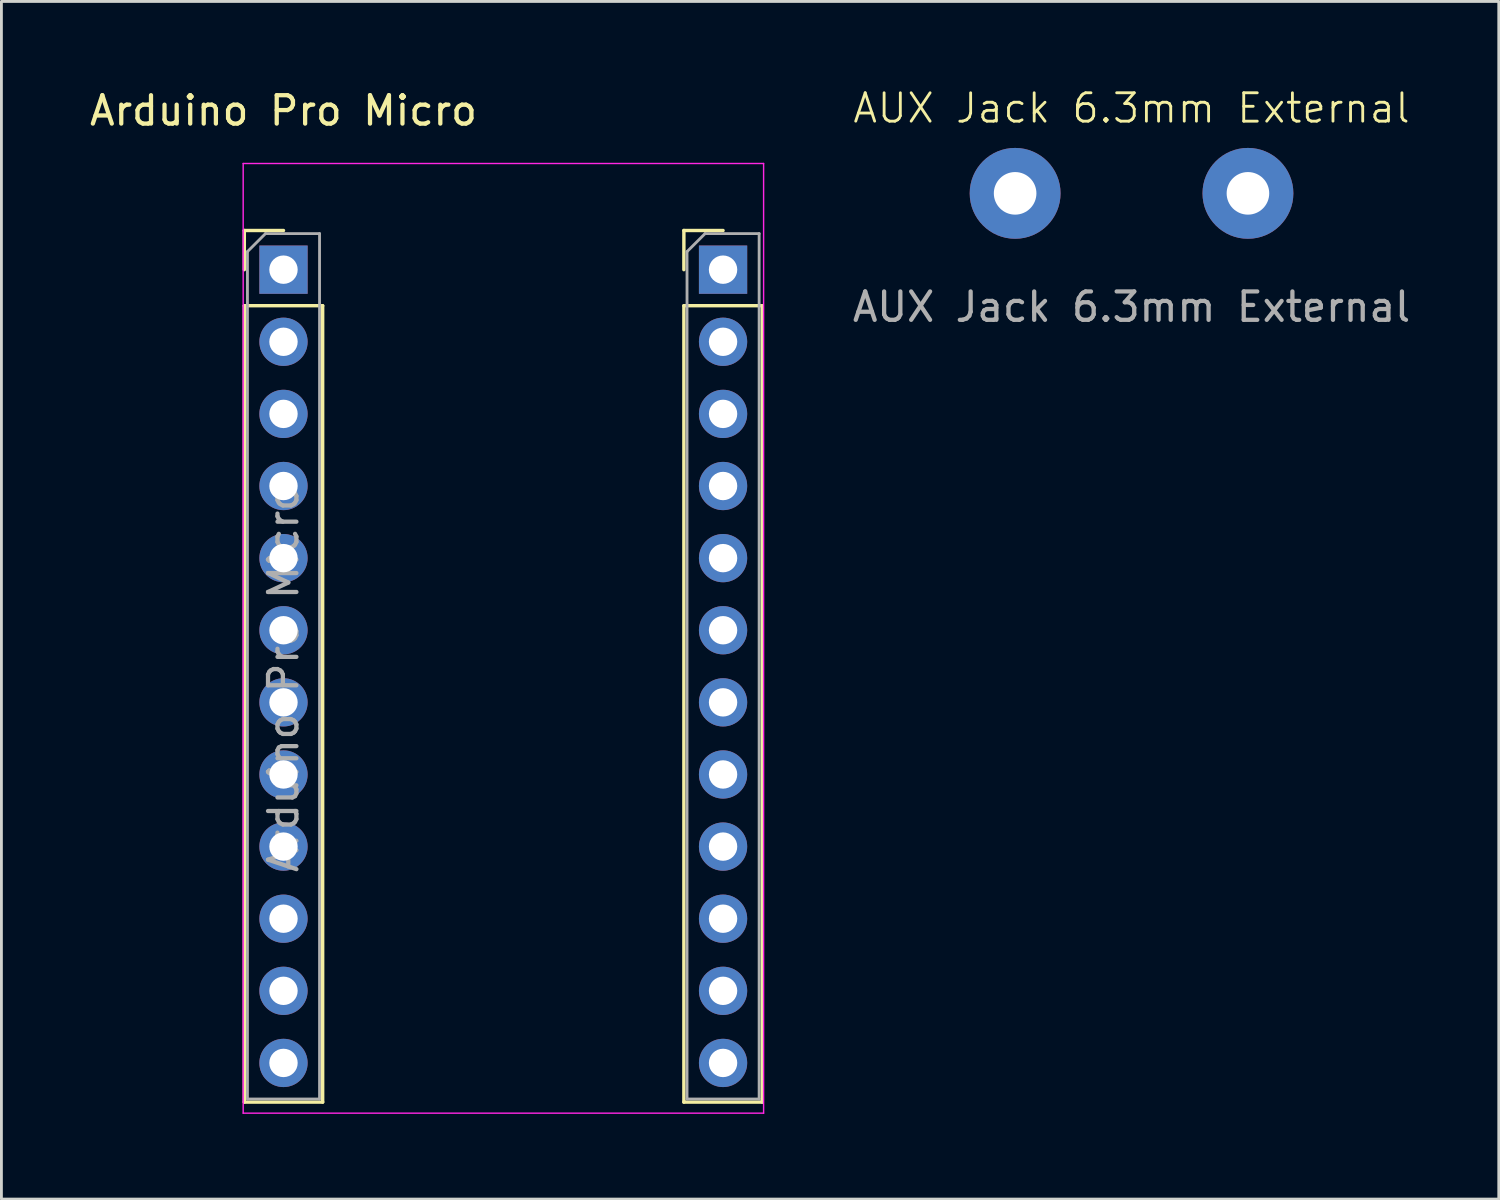
<source format=kicad_pcb>
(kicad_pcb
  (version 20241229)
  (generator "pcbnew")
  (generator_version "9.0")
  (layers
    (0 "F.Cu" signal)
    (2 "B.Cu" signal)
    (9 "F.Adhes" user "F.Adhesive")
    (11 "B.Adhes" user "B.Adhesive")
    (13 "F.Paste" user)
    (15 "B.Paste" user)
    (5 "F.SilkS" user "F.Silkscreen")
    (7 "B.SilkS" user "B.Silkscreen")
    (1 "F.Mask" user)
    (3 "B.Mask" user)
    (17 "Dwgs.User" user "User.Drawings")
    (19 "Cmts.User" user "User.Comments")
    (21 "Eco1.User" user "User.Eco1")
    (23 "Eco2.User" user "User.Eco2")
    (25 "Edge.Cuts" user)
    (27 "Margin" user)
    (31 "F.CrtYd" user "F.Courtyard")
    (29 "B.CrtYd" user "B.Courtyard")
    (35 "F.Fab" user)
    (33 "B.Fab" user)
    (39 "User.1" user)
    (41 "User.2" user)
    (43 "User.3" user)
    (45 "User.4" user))
  (footprint "Arduino Pro Micro"
    (layer "F.Cu")
    (at 6.935 6.348)
    (property "Reference" "Arduino Pro Micro" (at 0 -5.5 0) (layer "F.SilkS") (effects (font (size 1 1) (thickness 0.15))))
    (attr through_hole)
    (fp_line (start -1.38 -1.28) (end 0 -1.28) (stroke (width 0.12) (type solid)) (layer "F.SilkS"))
    (fp_line (start -1.38 0.1) (end -1.38 -1.28) (stroke (width 0.12) (type solid)) (layer "F.SilkS"))
    (fp_line (start -1.38 1.37) (end -1.38 29.42) (stroke (width 0.12) (type solid)) (layer "F.SilkS"))
    (fp_line (start -1.38 1.37) (end 1.38 1.37) (stroke (width 0.12) (type solid)) (layer "F.SilkS"))
    (fp_line (start -1.38 29.42) (end 1.38 29.42) (stroke (width 0.12) (type solid)) (layer "F.SilkS"))
    (fp_line (start 1.38 1.37) (end 1.38 29.42) (stroke (width 0.12) (type solid)) (layer "F.SilkS"))
    (fp_line (start 14.102 -1.28) (end 15.482 -1.28) (stroke (width 0.12) (type solid)) (layer "F.SilkS"))
    (fp_line (start 14.102 0.1) (end 14.102 -1.28) (stroke (width 0.12) (type solid)) (layer "F.SilkS"))
    (fp_line (start 14.102 1.37) (end 14.102 29.42) (stroke (width 0.12) (type solid)) (layer "F.SilkS"))
    (fp_line (start 14.102 1.37) (end 16.863 1.37) (stroke (width 0.12) (type solid)) (layer "F.SilkS"))
    (fp_line (start 14.102 29.42) (end 16.863 29.42) (stroke (width 0.12) (type solid)) (layer "F.SilkS"))
    (fp_line (start 16.863 1.37) (end 16.863 29.42) (stroke (width 0.12) (type solid)) (layer "F.SilkS"))
    (fp_line (start -1.42 -3.64) (end -1.42 29.81) (stroke (width 0.05) (type solid)) (layer "F.CrtYd"))
    (fp_line (start -1.42 29.81) (end 16.91 29.81) (stroke (width 0.05) (type solid)) (layer "F.CrtYd"))
    (fp_line (start 16.91 -3.64) (end -1.42 -3.64) (stroke (width 0.05) (type solid)) (layer "F.CrtYd"))
    (fp_line (start 16.91 29.81) (end 16.91 -3.64) (stroke (width 0.05) (type solid)) (layer "F.CrtYd"))
    (fp_line (start -1.27 -0.535) (end -0.635 -1.17) (stroke (width 0.1) (type solid)) (layer "F.Fab"))
    (fp_line (start -1.27 29.31) (end -1.27 -0.535) (stroke (width 0.1) (type solid)) (layer "F.Fab"))
    (fp_line (start -0.635 -1.17) (end 1.27 -1.17) (stroke (width 0.1) (type solid)) (layer "F.Fab"))
    (fp_line (start 1.27 -1.17) (end 1.27 29.31) (stroke (width 0.1) (type solid)) (layer "F.Fab"))
    (fp_line (start 1.27 29.31) (end -1.27 29.31) (stroke (width 0.1) (type solid)) (layer "F.Fab"))
    (fp_line (start 14.213 -0.535) (end 14.848 -1.17) (stroke (width 0.1) (type solid)) (layer "F.Fab"))
    (fp_line (start 14.213 29.31) (end 14.213 -0.535) (stroke (width 0.1) (type solid)) (layer "F.Fab"))
    (fp_line (start 14.848 -1.17) (end 16.753 -1.17) (stroke (width 0.1) (type solid)) (layer "F.Fab"))
    (fp_line (start 16.753 -1.17) (end 16.753 29.31) (stroke (width 0.1) (type solid)) (layer "F.Fab"))
    (fp_line (start 16.753 29.31) (end 14.213 29.31) (stroke (width 0.1) (type solid)) (layer "F.Fab"))
    (fp_text user "${REFERENCE}" (at 0 14.5 90) (layer "F.Fab") (effects (font (size 1 1) (thickness 0.15))))
    (pad "" thru_hole rect (at 15.482 0.1) (size 1.7 1.7) (drill 1) (layers "*.Cu" "*.Mask"))
    (pad "1" thru_hole circle (at 0 22.96) (size 1.7 1.7) (drill 1) (layers "*.Cu" "*.Mask"))
    (pad "5" thru_hole circle (at 0 7.72) (size 1.7 1.7) (drill 1) (layers "*.Cu" "*.Mask"))
    (pad "9" thru_hole circle (at 15.482 20.42) (size 1.7 1.7) (drill 1) (layers "*.Cu" "*.Mask"))
    (pad "10" thru_hole circle (at 15.482 25.5) (size 1.7 1.7) (drill 1) (layers "*.Cu" "*.Mask"))
    (pad "11" thru_hole circle (at 15.482 22.96) (size 1.7 1.7) (drill 1) (layers "*.Cu" "*.Mask"))
    (pad "13" thru_hole circle (at 15.482 5.18) (size 1.7 1.7) (drill 1) (layers "*.Cu" "*.Mask"))
    (pad "14" thru_hole circle (at 15.482 7.72) (size 1.7 1.7) (drill 1) (layers "*.Cu" "*.Mask"))
    (pad "15" thru_hole circle (at 0 5.18) (size 1.7 1.7) (drill 1) (layers "*.Cu" "*.Mask"))
    (pad "15" thru_hole circle (at 15.482 2.64) (size 1.7 1.7) (drill 1) (layers "*.Cu" "*.Mask"))
    (pad "18" thru_hole circle (at 0 12.8) (size 1.7 1.7) (drill 1) (layers "*.Cu" "*.Mask"))
    (pad "19" thru_hole circle (at 0 10.26) (size 1.7 1.7) (drill 1) (layers "*.Cu" "*.Mask"))
    (pad "20" thru_hole circle (at 0 2.64) (size 1.7 1.7) (drill 1) (layers "*.Cu" "*.Mask"))
    (pad "21" thru_hole rect (at 0 0.1) (size 1.7 1.7) (drill 1) (layers "*.Cu" "*.Mask"))
    (pad "25" thru_hole circle (at 0 15.34) (size 1.7 1.7) (drill 1) (layers "*.Cu" "*.Mask"))
    (pad "27" thru_hole circle (at 0 20.42) (size 1.7 1.7) (drill 1) (layers "*.Cu" "*.Mask"))
    (pad "28" thru_hole circle (at 0 25.5) (size 1.7 1.7) (drill 1) (layers "*.Cu" "*.Mask"))
    (pad "29" thru_hole circle (at 0 28.04) (size 1.7 1.7) (drill 1) (layers "*.Cu" "*.Mask"))
    (pad "30" thru_hole circle (at 15.482 28.04) (size 1.7 1.7) (drill 1) (layers "*.Cu" "*.Mask"))
    (pad "31" thru_hole circle (at 0 17.88) (size 1.7 1.7) (drill 1) (layers "*.Cu" "*.Mask"))
    (pad "36" thru_hole circle (at 15.482 17.88) (size 1.7 1.7) (drill 1) (layers "*.Cu" "*.Mask"))
    (pad "37" thru_hole circle (at 15.482 15.34) (size 1.7 1.7) (drill 1) (layers "*.Cu" "*.Mask"))
    (pad "38" thru_hole circle (at 15.482 12.8) (size 1.7 1.7) (drill 1) (layers "*.Cu" "*.Mask"))
    (pad "39" thru_hole circle (at 15.482 10.26) (size 1.7 1.7) (drill 1) (layers "*.Cu" "*.Mask")))
  (footprint "AUX Jack 6.3mm External"
    (layer "F.Cu")
    (at 36.804 3.76)
    (property "Reference" "AUX Jack 6.3mm External" (at 0 -3 0) (unlocked yes) (layer "F.SilkS") (effects (font (size 1 1) (thickness 0.1))))
    (attr through_hole)
    (fp_text user "${REFERENCE}" (at 0 4 0) (unlocked yes) (layer "F.Fab") (effects (font (size 1 1) (thickness 0.15))))
    (pad "1" thru_hole circle (at -4.1 0) (size 3.2 3.2) (drill 1.5) (layers "*.Cu" "*.Mask"))
    (pad "2" thru_hole circle (at 4.1 0) (size 3.2 3.2) (drill 1.5) (layers "*.Cu" "*.Mask")))
  (gr_rect
    (start -3 -3)
    (end 49.739 39.183)
    (stroke (width 0.1) (type default))
    (fill no)
    (layer "Edge.Cuts")))
</source>
